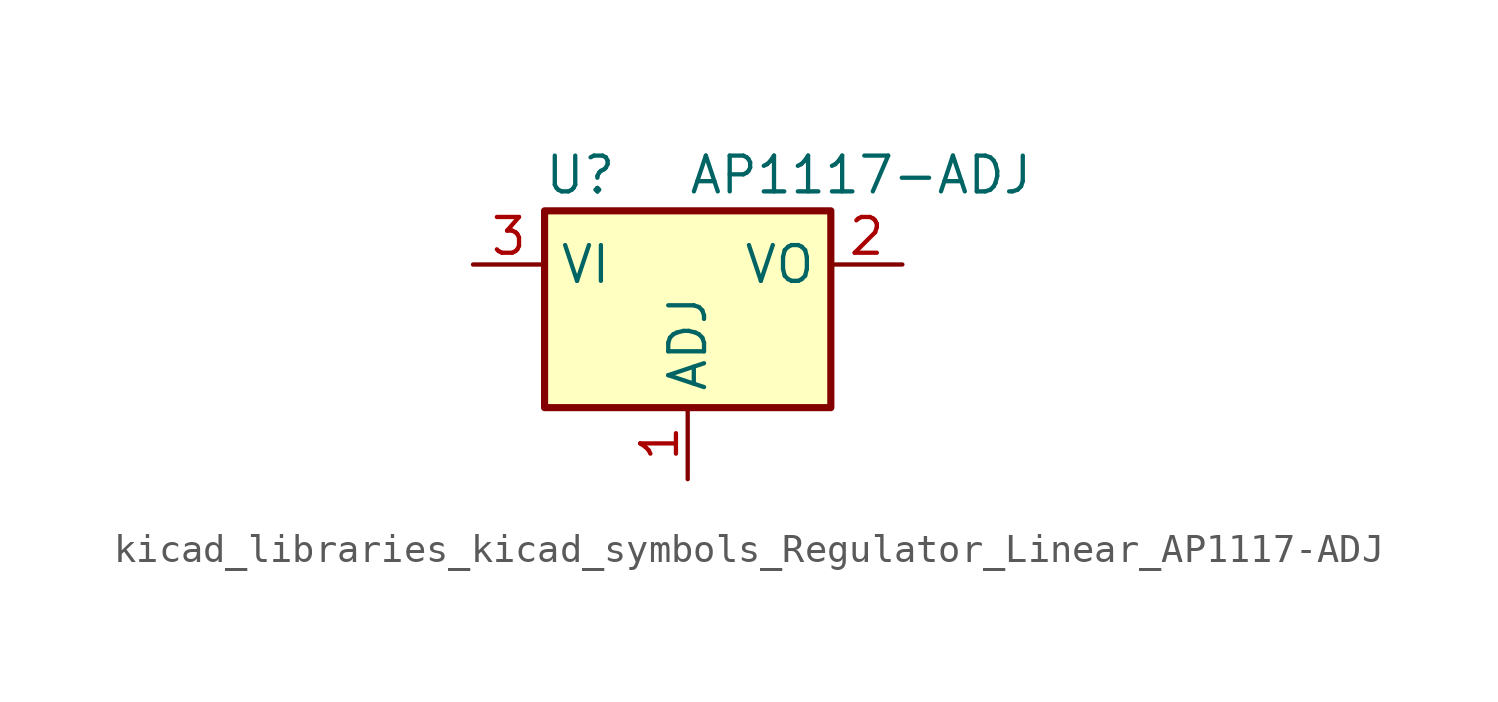
<source format=kicad_sym>
(kicad_symbol_lib
  (version 20220914)
  (generator kicad_symbol_editor)
  (symbol "kicad_libraries_kicad_symbols_Regulator_Linear_AP1117-ADJ"
    (property "Reference" "U"
      (at -3.81 3.175 0)
      (effects (font (size 1.27 1.27))))
    (property "Value" "AP1117-ADJ"
      (at 0 3.175 0)
      (effects (font (size 1.27 1.27)) (justify left)))
    (symbol "kicad_libraries_kicad_symbols_Regulator_Linear_AP1117-ADJ_0_1"
      (rectangle (start -5.08 -5.08) (end 5.08 1.905) (stroke (width 0.254) (type default)) (fill (type background))))
    (symbol "kicad_libraries_kicad_symbols_Regulator_Linear_AP1117-ADJ_1_1"
      (pin input line (at 0 -7.62 90) (length 2.54) (name "ADJ" (effects (font (size 1.27 1.27)))) (number "1" (effects (font (size 1.27 1.27)))))
      (pin power_out line (at 7.62 0 180) (length 2.54) (name "VO" (effects (font (size 1.27 1.27)))) (number "2" (effects (font (size 1.27 1.27)))))
      (pin power_in line (at -7.62 0 0) (length 2.54) (name "VI" (effects (font (size 1.27 1.27)))) (number "3" (effects (font (size 1.27 1.27))))))))
</source>
